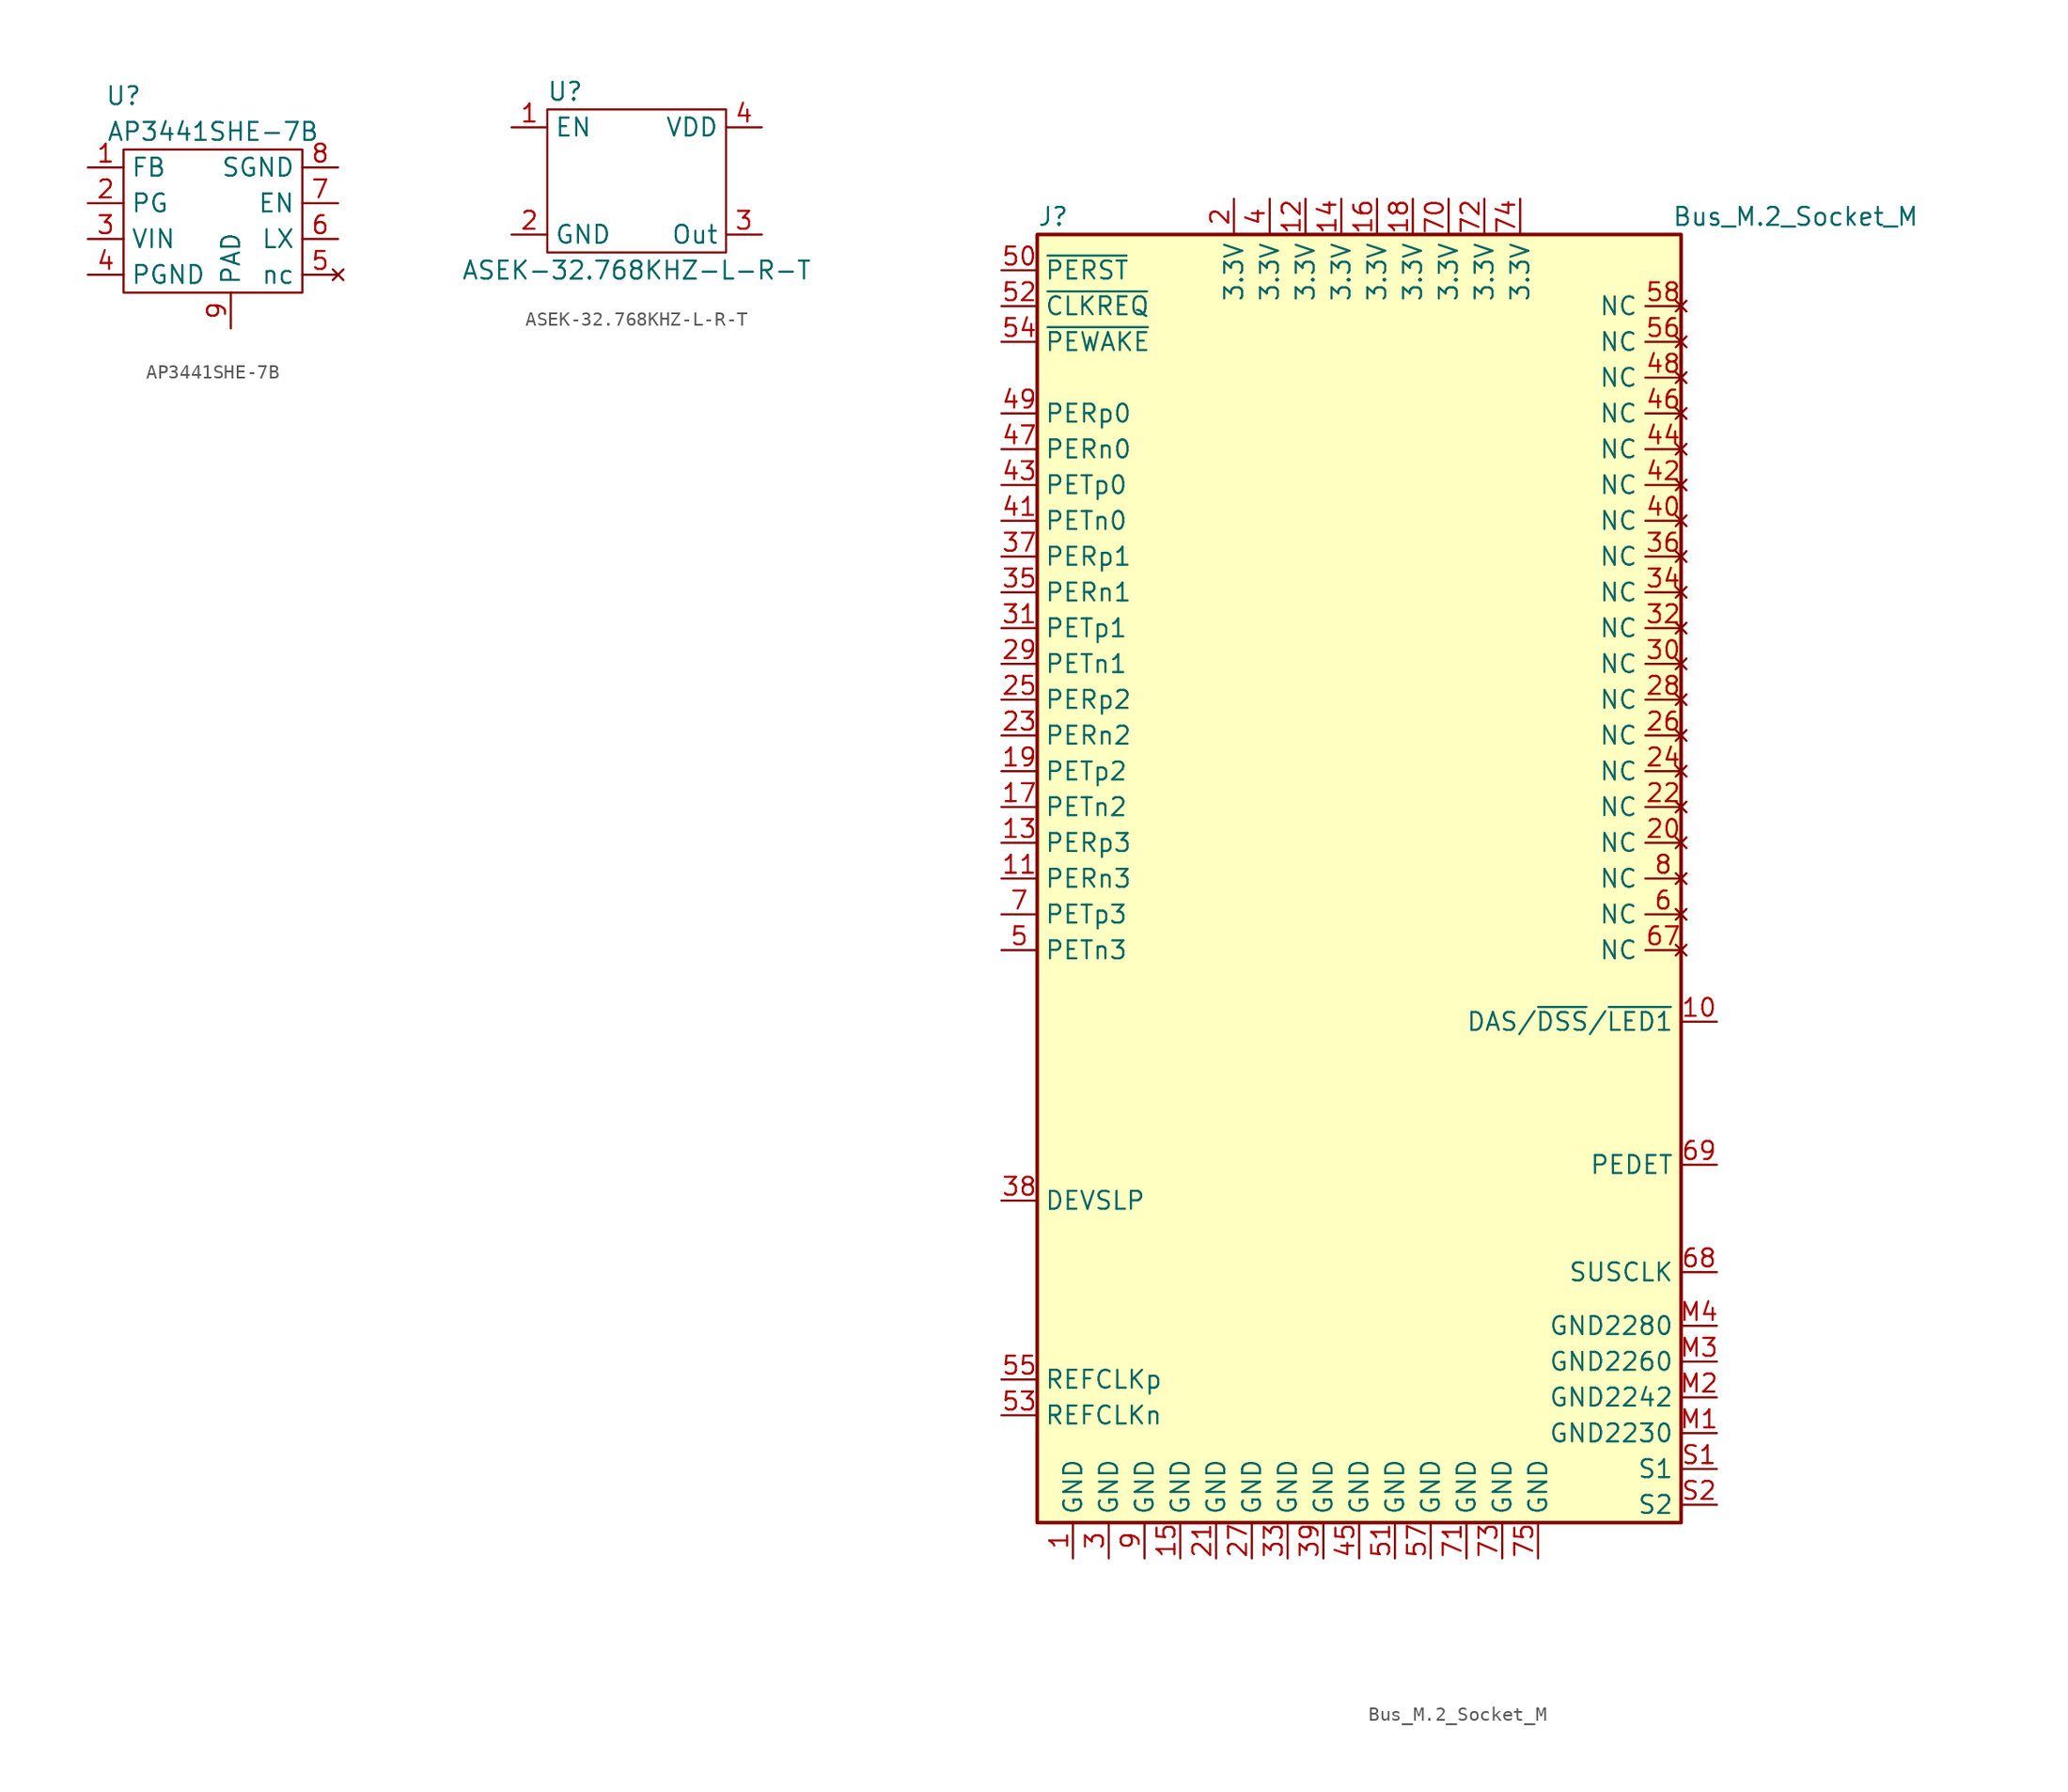
<source format=kicad_sym>
(kicad_symbol_lib
  (version 20231120)
  (generator "kicad_symbol_editor")
  (generator_version "8.0")
  (symbol "AP3441SHE-7B"
    (property "Reference" "U"
      (at -6.35 10.16 0)
      (effects (font (size 1.27 1.27))))
    (property "Value" "AP3441SHE-7B"
      (at 0 7.62 0)
      (effects (font (size 1.27 1.27))))
    (symbol "AP3441SHE-7B_0_1"
      (rectangle (start -6.35 6.35) (end 6.35 -3.81) (stroke (width 0) (type default)) (fill (type none))))
    (symbol "AP3441SHE-7B_1_1"
      (pin passive line (at -8.89 5.08 0) (length 2.54) (name "FB" (effects (font (size 1.27 1.27)))) (number "1" (effects (font (size 1.27 1.27)))))
      (pin open_collector line (at -8.89 2.54 0) (length 2.54) (name "PG" (effects (font (size 1.27 1.27)))) (number "2" (effects (font (size 1.27 1.27)))))
      (pin power_in line (at -8.89 0 0) (length 2.54) (name "VIN" (effects (font (size 1.27 1.27)))) (number "3" (effects (font (size 1.27 1.27)))))
      (pin power_in line (at -8.89 -2.54 0) (length 2.54) (name "PGND" (effects (font (size 1.27 1.27)))) (number "4" (effects (font (size 1.27 1.27)))))
      (pin no_connect line (at 8.89 -2.54 180) (length 2.54) (name "nc" (effects (font (size 1.27 1.27)))) (number "5" (effects (font (size 1.27 1.27)))))
      (pin power_out line (at 8.89 0 180) (length 2.54) (name "LX" (effects (font (size 1.27 1.27)))) (number "6" (effects (font (size 1.27 1.27)))))
      (pin input line (at 8.89 2.54 180) (length 2.54) (name "EN" (effects (font (size 1.27 1.27)))) (number "7" (effects (font (size 1.27 1.27)))))
      (pin power_in line (at 8.89 5.08 180) (length 2.54) (name "SGND" (effects (font (size 1.27 1.27)))) (number "8" (effects (font (size 1.27 1.27)))))
      (pin input line (at 1.27 -6.35 90) (length 2.54) (name "PAD" (effects (font (size 1.27 1.27)))) (number "9" (effects (font (size 1.27 1.27)))))))
  (symbol "ASEK-32.768KHZ-L-R-T"
    (property "Reference" "U"
      (at -5.08 6.35 0)
      (effects (font (size 1.27 1.27))))
    (property "Value" "ASEK-32.768KHZ-L-R-T"
      (at 0 -6.35 0)
      (effects (font (size 1.27 1.27))))
    (symbol "ASEK-32.768KHZ-L-R-T_0_1"
      (rectangle (start -6.35 5.08) (end 6.35 -5.08) (stroke (width 0) (type default)) (fill (type none))))
    (symbol "ASEK-32.768KHZ-L-R-T_1_1"
      (pin input line (at -8.89 3.81 0) (length 2.54) (name "EN" (effects (font (size 1.27 1.27)))) (number "1" (effects (font (size 1.27 1.27)))))
      (pin power_in line (at -8.89 -3.81 0) (length 2.54) (name "GND" (effects (font (size 1.27 1.27)))) (number "2" (effects (font (size 1.27 1.27)))))
      (pin output line (at 8.89 -3.81 180) (length 2.54) (name "Out" (effects (font (size 1.27 1.27)))) (number "3" (effects (font (size 1.27 1.27)))))
      (pin power_in line (at 8.89 3.81 180) (length 2.54) (name "VDD" (effects (font (size 1.27 1.27)))) (number "4" (effects (font (size 1.27 1.27)))))))
  (symbol "Bus_M.2_Socket_M"
    (property "Reference" "J"
      (at -22.86 46.99 0)
      (effects (font (size 1.27 1.27)) (justify left)))
    (property "Value" "Bus_M.2_Socket_M"
      (at 30.988 46.99 0)
      (effects (font (size 1.27 1.27))))
    (symbol "Bus_M.2_Socket_M_0_1"
      (rectangle (start -22.86 45.72) (end 22.86 -45.72) (stroke (width 0.254) (type default)) (fill (type background))))
    (symbol "Bus_M.2_Socket_M_1_1"
      (pin power_in line (at -20.32 -48.26 90) (length 2.54) (name "GND" (effects (font (size 1.27 1.27)))) (number "1" (effects (font (size 1.27 1.27)))))
      (pin bidirectional line (at 25.4 -10.16 180) (length 2.54) (name "DAS/~{DSS}/~{LED1}" (effects (font (size 1.27 1.27)))) (number "10" (effects (font (size 1.27 1.27)))))
      (pin input line (at -25.4 0 0) (length 2.54) (name "PERn3" (effects (font (size 1.27 1.27)))) (number "11" (effects (font (size 1.27 1.27)))))
      (pin power_in line (at -3.81 48.26 270) (length 2.54) (name "3.3V" (effects (font (size 1.27 1.27)))) (number "12" (effects (font (size 1.27 1.27)))))
      (pin input line (at -25.4 2.54 0) (length 2.54) (name "PERp3" (effects (font (size 1.27 1.27)))) (number "13" (effects (font (size 1.27 1.27)))))
      (pin power_in line (at -1.27 48.26 270) (length 2.54) (name "3.3V" (effects (font (size 1.27 1.27)))) (number "14" (effects (font (size 1.27 1.27)))))
      (pin power_in line (at -12.7 -48.26 90) (length 2.54) (name "GND" (effects (font (size 1.27 1.27)))) (number "15" (effects (font (size 1.27 1.27)))))
      (pin power_in line (at 1.27 48.26 270) (length 2.54) (name "3.3V" (effects (font (size 1.27 1.27)))) (number "16" (effects (font (size 1.27 1.27)))))
      (pin output line (at -25.4 5.08 0) (length 2.54) (name "PETn2" (effects (font (size 1.27 1.27)))) (number "17" (effects (font (size 1.27 1.27)))))
      (pin power_in line (at 3.81 48.26 270) (length 2.54) (name "3.3V" (effects (font (size 1.27 1.27)))) (number "18" (effects (font (size 1.27 1.27)))))
      (pin output line (at -25.4 7.62 0) (length 2.54) (name "PETp2" (effects (font (size 1.27 1.27)))) (number "19" (effects (font (size 1.27 1.27)))))
      (pin power_in line (at -8.89 48.26 270) (length 2.54) (name "3.3V" (effects (font (size 1.27 1.27)))) (number "2" (effects (font (size 1.27 1.27)))))
      (pin no_connect line (at 22.86 2.54 180) (length 2.54) (name "NC" (effects (font (size 1.27 1.27)))) (number "20" (effects (font (size 1.27 1.27)))))
      (pin power_in line (at -10.16 -48.26 90) (length 2.54) (name "GND" (effects (font (size 1.27 1.27)))) (number "21" (effects (font (size 1.27 1.27)))))
      (pin no_connect line (at 22.86 5.08 180) (length 2.54) (name "NC" (effects (font (size 1.27 1.27)))) (number "22" (effects (font (size 1.27 1.27)))))
      (pin input line (at -25.4 10.16 0) (length 2.54) (name "PERn2" (effects (font (size 1.27 1.27)))) (number "23" (effects (font (size 1.27 1.27)))))
      (pin no_connect line (at 22.86 7.62 180) (length 2.54) (name "NC" (effects (font (size 1.27 1.27)))) (number "24" (effects (font (size 1.27 1.27)))))
      (pin input line (at -25.4 12.7 0) (length 2.54) (name "PERp2" (effects (font (size 1.27 1.27)))) (number "25" (effects (font (size 1.27 1.27)))))
      (pin no_connect line (at 22.86 10.16 180) (length 2.54) (name "NC" (effects (font (size 1.27 1.27)))) (number "26" (effects (font (size 1.27 1.27)))))
      (pin power_in line (at -7.62 -48.26 90) (length 2.54) (name "GND" (effects (font (size 1.27 1.27)))) (number "27" (effects (font (size 1.27 1.27)))))
      (pin no_connect line (at 22.86 12.7 180) (length 2.54) (name "NC" (effects (font (size 1.27 1.27)))) (number "28" (effects (font (size 1.27 1.27)))))
      (pin output line (at -25.4 15.24 0) (length 2.54) (name "PETn1" (effects (font (size 1.27 1.27)))) (number "29" (effects (font (size 1.27 1.27)))))
      (pin power_in line (at -17.78 -48.26 90) (length 2.54) (name "GND" (effects (font (size 1.27 1.27)))) (number "3" (effects (font (size 1.27 1.27)))))
      (pin no_connect line (at 22.86 15.24 180) (length 2.54) (name "NC" (effects (font (size 1.27 1.27)))) (number "30" (effects (font (size 1.27 1.27)))))
      (pin output line (at -25.4 17.78 0) (length 2.54) (name "PETp1" (effects (font (size 1.27 1.27)))) (number "31" (effects (font (size 1.27 1.27)))))
      (pin no_connect line (at 22.86 17.78 180) (length 2.54) (name "NC" (effects (font (size 1.27 1.27)))) (number "32" (effects (font (size 1.27 1.27)))))
      (pin power_in line (at -5.08 -48.26 90) (length 2.54) (name "GND" (effects (font (size 1.27 1.27)))) (number "33" (effects (font (size 1.27 1.27)))))
      (pin no_connect line (at 22.86 20.32 180) (length 2.54) (name "NC" (effects (font (size 1.27 1.27)))) (number "34" (effects (font (size 1.27 1.27)))))
      (pin input line (at -25.4 20.32 0) (length 2.54) (name "PERn1" (effects (font (size 1.27 1.27)))) (number "35" (effects (font (size 1.27 1.27)))))
      (pin no_connect line (at 22.86 22.86 180) (length 2.54) (name "NC" (effects (font (size 1.27 1.27)))) (number "36" (effects (font (size 1.27 1.27)))))
      (pin input line (at -25.4 22.86 0) (length 2.54) (name "PERp1" (effects (font (size 1.27 1.27)))) (number "37" (effects (font (size 1.27 1.27)))))
      (pin input line (at -25.4 -22.86 0) (length 2.54) (name "DEVSLP" (effects (font (size 1.27 1.27)))) (number "38" (effects (font (size 1.27 1.27)))))
      (pin power_in line (at -2.54 -48.26 90) (length 2.54) (name "GND" (effects (font (size 1.27 1.27)))) (number "39" (effects (font (size 1.27 1.27)))))
      (pin power_in line (at -6.35 48.26 270) (length 2.54) (name "3.3V" (effects (font (size 1.27 1.27)))) (number "4" (effects (font (size 1.27 1.27)))))
      (pin no_connect line (at 22.86 25.4 180) (length 2.54) (name "NC" (effects (font (size 1.27 1.27)))) (number "40" (effects (font (size 1.27 1.27)))))
      (pin output line (at -25.4 25.4 0) (length 2.54) (name "PETn0" (effects (font (size 1.27 1.27)))) (number "41" (effects (font (size 1.27 1.27)))))
      (pin no_connect line (at 22.86 27.94 180) (length 2.54) (name "NC" (effects (font (size 1.27 1.27)))) (number "42" (effects (font (size 1.27 1.27)))))
      (pin output line (at -25.4 27.94 0) (length 2.54) (name "PETp0" (effects (font (size 1.27 1.27)))) (number "43" (effects (font (size 1.27 1.27)))))
      (pin no_connect line (at 22.86 30.48 180) (length 2.54) (name "NC" (effects (font (size 1.27 1.27)))) (number "44" (effects (font (size 1.27 1.27)))))
      (pin power_in line (at 0 -48.26 90) (length 2.54) (name "GND" (effects (font (size 1.27 1.27)))) (number "45" (effects (font (size 1.27 1.27)))))
      (pin no_connect line (at 22.86 33.02 180) (length 2.54) (name "NC" (effects (font (size 1.27 1.27)))) (number "46" (effects (font (size 1.27 1.27)))))
      (pin input line (at -25.4 30.48 0) (length 2.54) (name "PERn0" (effects (font (size 1.27 1.27)))) (number "47" (effects (font (size 1.27 1.27)))))
      (pin no_connect line (at 22.86 35.56 180) (length 2.54) (name "NC" (effects (font (size 1.27 1.27)))) (number "48" (effects (font (size 1.27 1.27)))))
      (pin input line (at -25.4 33.02 0) (length 2.54) (name "PERp0" (effects (font (size 1.27 1.27)))) (number "49" (effects (font (size 1.27 1.27)))))
      (pin output line (at -25.4 -5.08 0) (length 2.54) (name "PETn3" (effects (font (size 1.27 1.27)))) (number "5" (effects (font (size 1.27 1.27)))))
      (pin input line (at -25.4 43.18 0) (length 2.54) (name "~{PERST}" (effects (font (size 1.27 1.27)))) (number "50" (effects (font (size 1.27 1.27)))))
      (pin power_in line (at 2.54 -48.26 90) (length 2.54) (name "GND" (effects (font (size 1.27 1.27)))) (number "51" (effects (font (size 1.27 1.27)))))
      (pin bidirectional line (at -25.4 40.64 0) (length 2.54) (name "~{CLKREQ}" (effects (font (size 1.27 1.27)))) (number "52" (effects (font (size 1.27 1.27)))))
      (pin input line (at -25.4 -38.1 0) (length 2.54) (name "REFCLKn" (effects (font (size 1.27 1.27)))) (number "53" (effects (font (size 1.27 1.27)))))
      (pin bidirectional line (at -25.4 38.1 0) (length 2.54) (name "~{PEWAKE}" (effects (font (size 1.27 1.27)))) (number "54" (effects (font (size 1.27 1.27)))))
      (pin input line (at -25.4 -35.56 0) (length 2.54) (name "REFCLKp" (effects (font (size 1.27 1.27)))) (number "55" (effects (font (size 1.27 1.27)))))
      (pin no_connect line (at 22.86 38.1 180) (length 2.54) (name "NC" (effects (font (size 1.27 1.27)))) (number "56" (effects (font (size 1.27 1.27)))))
      (pin power_in line (at 5.08 -48.26 90) (length 2.54) (name "GND" (effects (font (size 1.27 1.27)))) (number "57" (effects (font (size 1.27 1.27)))))
      (pin no_connect line (at 22.86 40.64 180) (length 2.54) (name "NC" (effects (font (size 1.27 1.27)))) (number "58" (effects (font (size 1.27 1.27)))))
      (pin no_connect line (at 22.86 -2.54 180) (length 2.54) (name "NC" (effects (font (size 1.27 1.27)))) (number "6" (effects (font (size 1.27 1.27)))))
      (pin no_connect line (at 22.86 -5.08 180) (length 2.54) (name "NC" (effects (font (size 1.27 1.27)))) (number "67" (effects (font (size 1.27 1.27)))))
      (pin input line (at 25.4 -27.94 180) (length 2.54) (name "SUSCLK" (effects (font (size 1.27 1.27)))) (number "68" (effects (font (size 1.27 1.27)))))
      (pin passive line (at 25.4 -20.32 180) (length 2.54) (name "PEDET" (effects (font (size 1.27 1.27)))) (number "69" (effects (font (size 1.27 1.27)))))
      (pin output line (at -25.4 -2.54 0) (length 2.54) (name "PETp3" (effects (font (size 1.27 1.27)))) (number "7" (effects (font (size 1.27 1.27)))))
      (pin power_in line (at 6.35 48.26 270) (length 2.54) (name "3.3V" (effects (font (size 1.27 1.27)))) (number "70" (effects (font (size 1.27 1.27)))))
      (pin power_in line (at 7.62 -48.26 90) (length 2.54) (name "GND" (effects (font (size 1.27 1.27)))) (number "71" (effects (font (size 1.27 1.27)))))
      (pin power_in line (at 8.89 48.26 270) (length 2.54) (name "3.3V" (effects (font (size 1.27 1.27)))) (number "72" (effects (font (size 1.27 1.27)))))
      (pin power_in line (at 10.16 -48.26 90) (length 2.54) (name "GND" (effects (font (size 1.27 1.27)))) (number "73" (effects (font (size 1.27 1.27)))))
      (pin power_in line (at 11.43 48.26 270) (length 2.54) (name "3.3V" (effects (font (size 1.27 1.27)))) (number "74" (effects (font (size 1.27 1.27)))))
      (pin power_in line (at 12.7 -48.26 90) (length 2.54) (name "GND" (effects (font (size 1.27 1.27)))) (number "75" (effects (font (size 1.27 1.27)))))
      (pin no_connect line (at 22.86 0 180) (length 2.54) (name "NC" (effects (font (size 1.27 1.27)))) (number "8" (effects (font (size 1.27 1.27)))))
      (pin power_in line (at -15.24 -48.26 90) (length 2.54) (name "GND" (effects (font (size 1.27 1.27)))) (number "9" (effects (font (size 1.27 1.27)))))
      (pin passive line (at 25.4 -39.37 180) (length 2.54) (name "GND2230" (effects (font (size 1.27 1.27)))) (number "M1" (effects (font (size 1.27 1.27)))))
      (pin passive line (at 25.4 -36.83 180) (length 2.54) (name "GND2242" (effects (font (size 1.27 1.27)))) (number "M2" (effects (font (size 1.27 1.27)))))
      (pin passive line (at 25.4 -34.29 180) (length 2.54) (name "GND2260" (effects (font (size 1.27 1.27)))) (number "M3" (effects (font (size 1.27 1.27)))))
      (pin passive line (at 25.4 -31.75 180) (length 2.54) (name "GND2280" (effects (font (size 1.27 1.27)))) (number "M4" (effects (font (size 1.27 1.27)))))
      (pin passive line (at 25.4 -41.91 180) (length 2.54) (name "S1" (effects (font (size 1.27 1.27)))) (number "S1" (effects (font (size 1.27 1.27)))))
      (pin passive line (at 25.4 -44.45 180) (length 2.54) (name "S2" (effects (font (size 1.27 1.27)))) (number "S2" (effects (font (size 1.27 1.27))))))))
</source>
